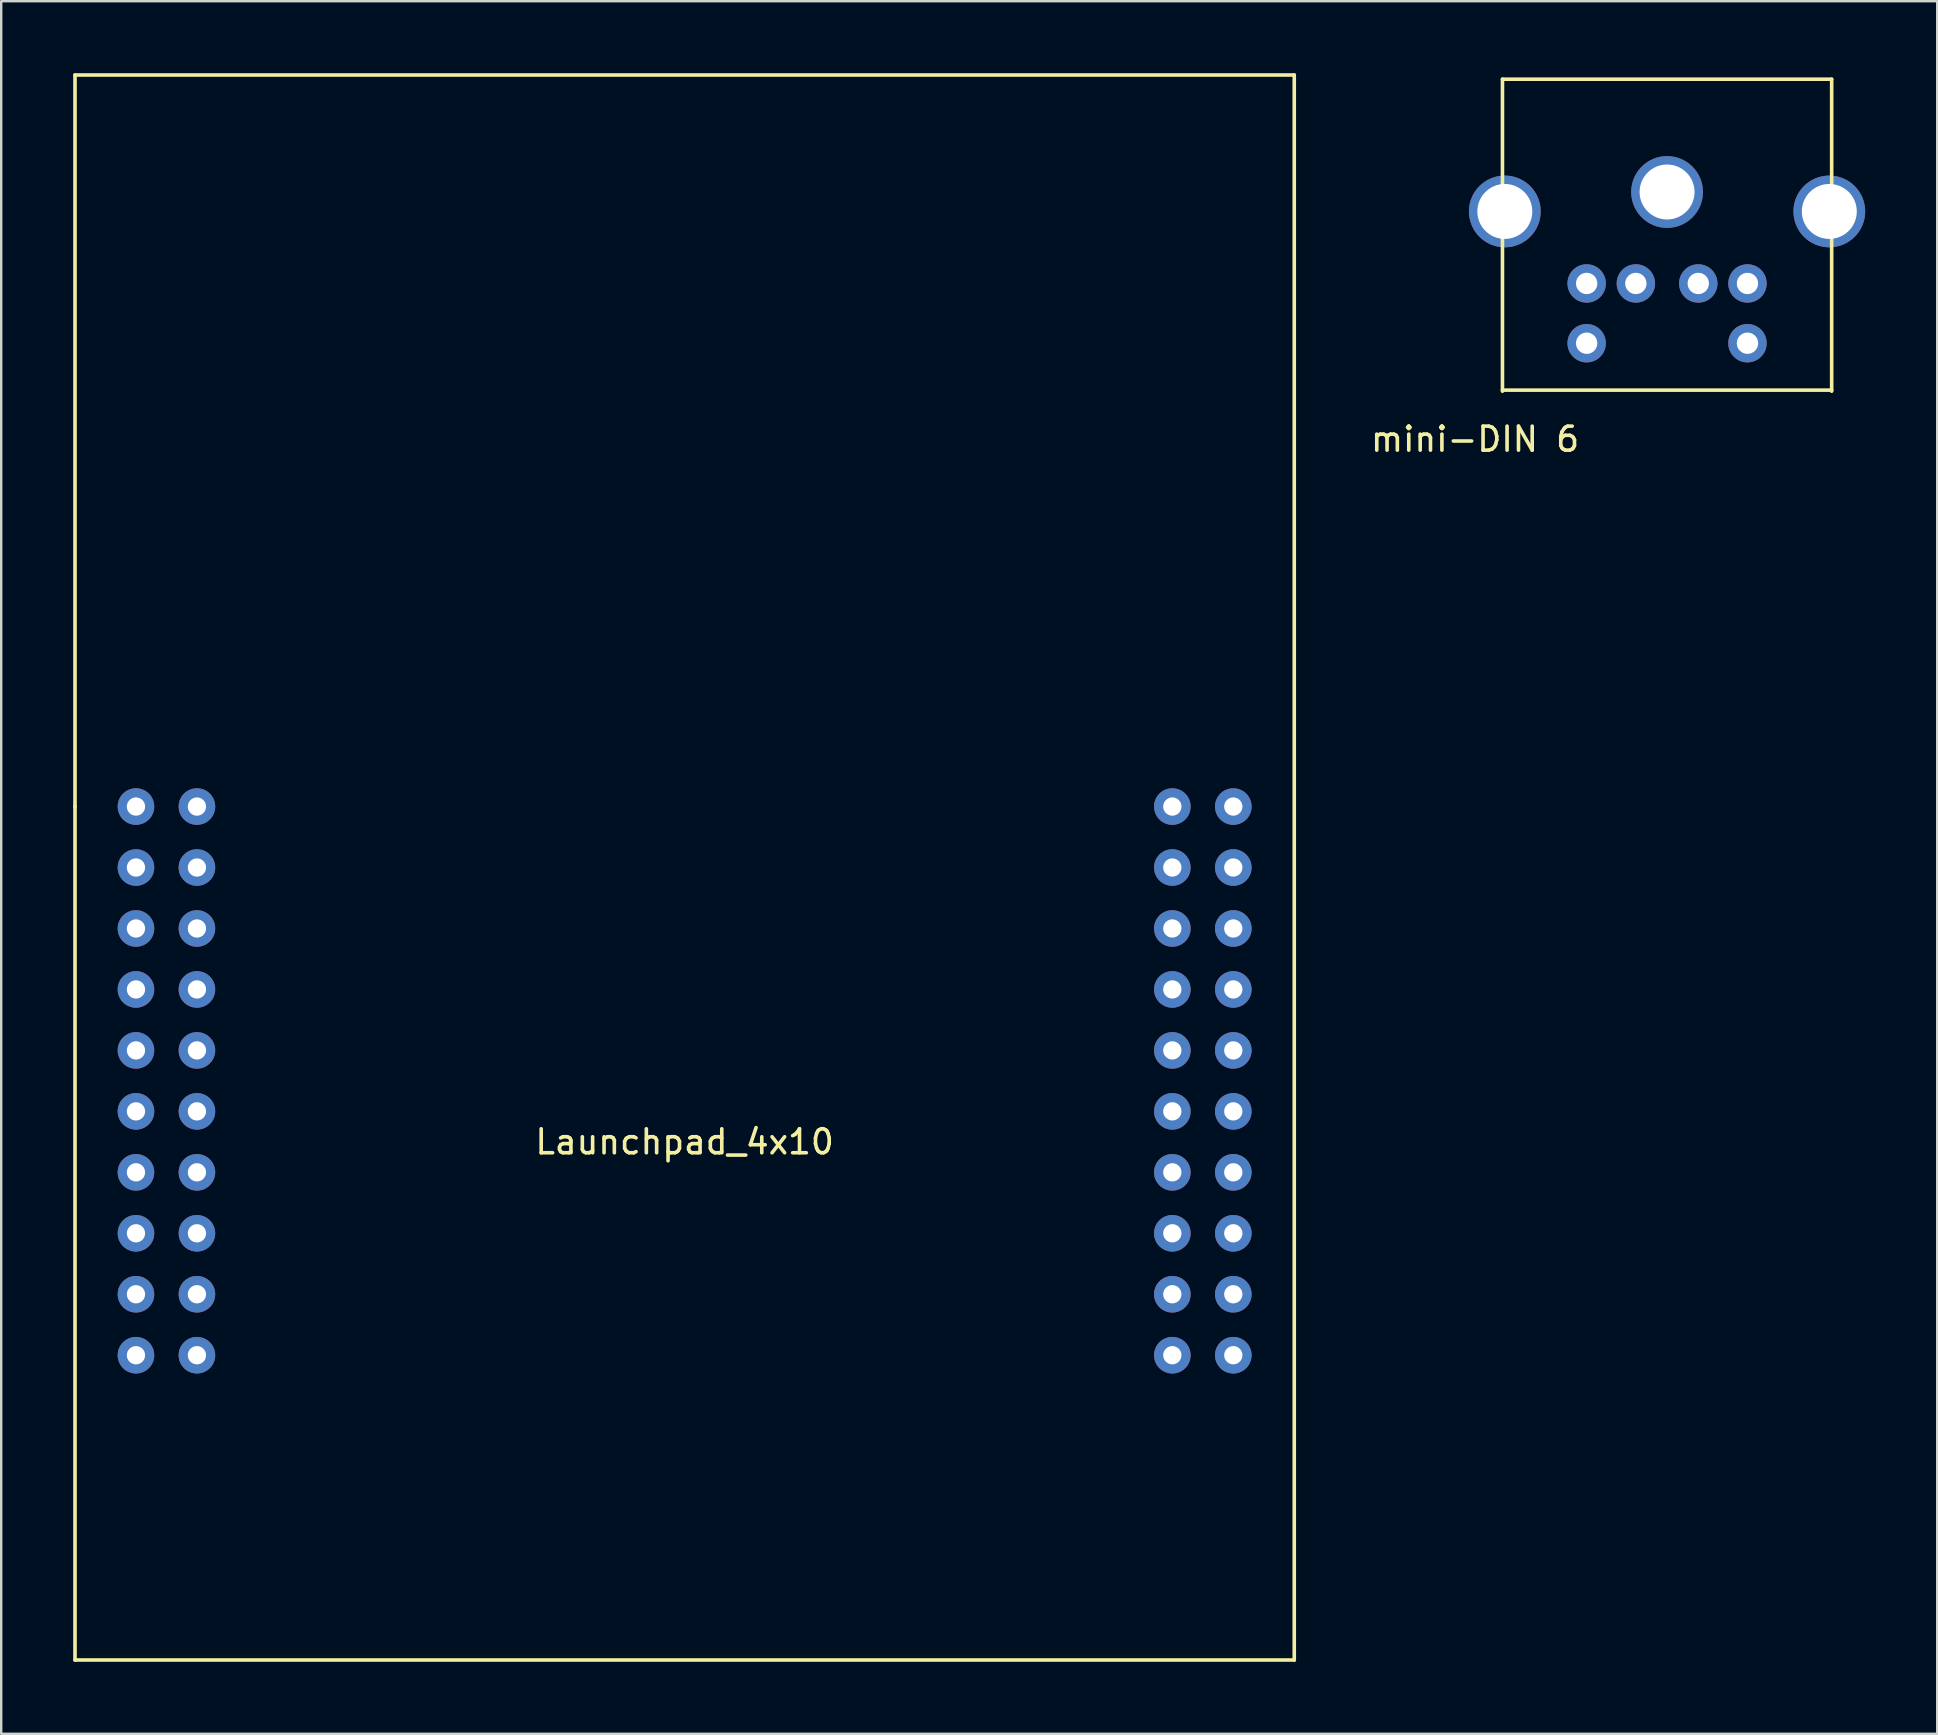
<source format=kicad_pcb>
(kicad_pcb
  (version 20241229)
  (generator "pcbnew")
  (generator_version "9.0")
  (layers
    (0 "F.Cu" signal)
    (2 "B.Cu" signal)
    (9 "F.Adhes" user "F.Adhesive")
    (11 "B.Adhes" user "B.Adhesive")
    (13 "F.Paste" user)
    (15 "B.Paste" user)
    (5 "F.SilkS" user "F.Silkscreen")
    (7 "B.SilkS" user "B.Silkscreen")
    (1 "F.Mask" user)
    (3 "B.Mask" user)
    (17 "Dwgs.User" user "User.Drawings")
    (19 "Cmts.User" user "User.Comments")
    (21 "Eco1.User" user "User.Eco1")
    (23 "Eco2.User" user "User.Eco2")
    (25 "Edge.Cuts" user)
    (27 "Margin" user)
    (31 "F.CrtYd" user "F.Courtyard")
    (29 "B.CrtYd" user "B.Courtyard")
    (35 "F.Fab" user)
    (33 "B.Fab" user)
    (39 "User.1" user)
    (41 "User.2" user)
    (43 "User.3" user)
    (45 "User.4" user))
  (footprint "Launchpad_4x10"
    (layer "F.Cu")
    (at 25.475 41.985)
    (property "Reference" "Launchpad_4x10" (at 0 2.54 0) (layer "F.SilkS") (effects (font (size 1 1) (thickness 0.15))))
    (attr through_hole)
    (fp_line (start -25.4 -41.91) (end -25.4 -11.43) (stroke (width 0.15) (type solid)) (layer "F.SilkS"))
    (fp_line (start -25.4 -11.43) (end -25.4 24.13) (stroke (width 0.15) (type solid)) (layer "F.SilkS"))
    (fp_line (start -25.4 24.13) (end 25.4 24.13) (stroke (width 0.15) (type solid)) (layer "F.SilkS"))
    (fp_line (start 25.4 -41.91) (end -25.4 -41.91) (stroke (width 0.15) (type solid)) (layer "F.SilkS"))
    (fp_line (start 25.4 24.13) (end 25.4 -41.91) (stroke (width 0.15) (type solid)) (layer "F.SilkS"))
    (pad "1.1" thru_hole circle (at -22.86 -11.43) (size 1.524 1.524) (drill 0.762) (layers "*.Cu" "*.Mask"))
    (pad "1.2" thru_hole circle (at -22.86 -8.89) (size 1.524 1.524) (drill 0.762) (layers "*.Cu" "*.Mask"))
    (pad "1.3" thru_hole circle (at -22.86 -6.35) (size 1.524 1.524) (drill 0.762) (layers "*.Cu" "*.Mask"))
    (pad "1.4" thru_hole circle (at -22.86 -3.81) (size 1.524 1.524) (drill 0.762) (layers "*.Cu" "*.Mask"))
    (pad "1.5" thru_hole circle (at -22.86 -1.27) (size 1.524 1.524) (drill 0.762) (layers "*.Cu" "*.Mask"))
    (pad "1.6" thru_hole circle (at -22.86 1.27) (size 1.524 1.524) (drill 0.762) (layers "*.Cu" "*.Mask"))
    (pad "1.7" thru_hole circle (at -22.86 3.81) (size 1.524 1.524) (drill 0.762) (layers "*.Cu" "*.Mask"))
    (pad "1.8" thru_hole circle (at -22.86 6.35) (size 1.524 1.524) (drill 0.762) (layers "*.Cu" "*.Mask"))
    (pad "1.9" thru_hole circle (at -22.86 8.89) (size 1.524 1.524) (drill 0.762) (layers "*.Cu" "*.Mask"))
    (pad "1.10" thru_hole circle (at -22.86 11.43) (size 1.524 1.524) (drill 0.762) (layers "*.Cu" "*.Mask"))
    (pad "2.1" thru_hole circle (at 22.86 -11.43) (size 1.524 1.524) (drill 0.762) (layers "*.Cu" "*.Mask"))
    (pad "2.2" thru_hole circle (at 22.86 -8.89) (size 1.524 1.524) (drill 0.762) (layers "*.Cu" "*.Mask"))
    (pad "2.3" thru_hole circle (at 22.86 -6.35) (size 1.524 1.524) (drill 0.762) (layers "*.Cu" "*.Mask"))
    (pad "2.4" thru_hole circle (at 22.86 -3.81) (size 1.524 1.524) (drill 0.762) (layers "*.Cu" "*.Mask"))
    (pad "2.5" thru_hole circle (at 22.86 -1.27) (size 1.524 1.524) (drill 0.762) (layers "*.Cu" "*.Mask"))
    (pad "2.6" thru_hole circle (at 22.86 1.27) (size 1.524 1.524) (drill 0.762) (layers "*.Cu" "*.Mask"))
    (pad "2.7" thru_hole circle (at 22.86 3.81) (size 1.524 1.524) (drill 0.762) (layers "*.Cu" "*.Mask"))
    (pad "2.8" thru_hole circle (at 22.86 6.35) (size 1.524 1.524) (drill 0.762) (layers "*.Cu" "*.Mask"))
    (pad "2.9" thru_hole circle (at 22.86 8.89) (size 1.524 1.524) (drill 0.762) (layers "*.Cu" "*.Mask"))
    (pad "2.10" thru_hole circle (at 22.86 11.43) (size 1.524 1.524) (drill 0.762) (layers "*.Cu" "*.Mask"))
    (pad "3.1" thru_hole circle (at -20.32 -11.43) (size 1.524 1.524) (drill 0.762) (layers "*.Cu" "*.Mask"))
    (pad "3.2" thru_hole circle (at -20.32 -8.89) (size 1.524 1.524) (drill 0.762) (layers "*.Cu" "*.Mask"))
    (pad "3.3" thru_hole circle (at -20.32 -6.35) (size 1.524 1.524) (drill 0.762) (layers "*.Cu" "*.Mask"))
    (pad "3.4" thru_hole circle (at -20.32 -3.81) (size 1.524 1.524) (drill 0.762) (layers "*.Cu" "*.Mask"))
    (pad "3.5" thru_hole circle (at -20.32 -1.27) (size 1.524 1.524) (drill 0.762) (layers "*.Cu" "*.Mask"))
    (pad "3.6" thru_hole circle (at -20.32 1.27) (size 1.524 1.524) (drill 0.762) (layers "*.Cu" "*.Mask"))
    (pad "3.7" thru_hole circle (at -20.32 3.81) (size 1.524 1.524) (drill 0.762) (layers "*.Cu" "*.Mask"))
    (pad "3.8" thru_hole circle (at -20.32 6.35) (size 1.524 1.524) (drill 0.762) (layers "*.Cu" "*.Mask"))
    (pad "3.9" thru_hole circle (at -20.32 8.89) (size 1.524 1.524) (drill 0.762) (layers "*.Cu" "*.Mask"))
    (pad "3.10" thru_hole circle (at -20.32 11.43) (size 1.524 1.524) (drill 0.762) (layers "*.Cu" "*.Mask"))
    (pad "4.1" thru_hole circle (at 20.32 -11.43) (size 1.524 1.524) (drill 0.762) (layers "*.Cu" "*.Mask"))
    (pad "4.2" thru_hole circle (at 20.32 -8.89) (size 1.524 1.524) (drill 0.762) (layers "*.Cu" "*.Mask"))
    (pad "4.3" thru_hole circle (at 20.32 -6.35) (size 1.524 1.524) (drill 0.762) (layers "*.Cu" "*.Mask"))
    (pad "4.4" thru_hole circle (at 20.32 -3.81) (size 1.524 1.524) (drill 0.762) (layers "*.Cu" "*.Mask"))
    (pad "4.5" thru_hole circle (at 20.32 -1.27) (size 1.524 1.524) (drill 0.762) (layers "*.Cu" "*.Mask"))
    (pad "4.6" thru_hole circle (at 20.32 1.27) (size 1.524 1.524) (drill 0.762) (layers "*.Cu" "*.Mask"))
    (pad "4.7" thru_hole circle (at 20.32 3.81) (size 1.524 1.524) (drill 0.762) (layers "*.Cu" "*.Mask"))
    (pad "4.8" thru_hole circle (at 20.32 6.35) (size 1.524 1.524) (drill 0.762) (layers "*.Cu" "*.Mask"))
    (pad "4.9" thru_hole circle (at 20.32 8.89) (size 1.524 1.524) (drill 0.762) (layers "*.Cu" "*.Mask"))
    (pad "4.10" thru_hole circle (at 20.32 11.43) (size 1.524 1.524) (drill 0.762) (layers "*.Cu" "*.Mask")))
  (footprint "mini-DIN 6"
    (layer "F.Cu")
    (at 66.408 0.25)
    (property "Reference" "mini-DIN 6" (at -8 15 0) (layer "F.SilkS") (effects (font (size 1 1) (thickness 0.15))))
    (attr through_hole)
    (fp_line (start -6.858 0) (end -6.858 13) (stroke (width 0.15) (type solid)) (layer "F.SilkS"))
    (fp_line (start -6.858 12.954) (end 6.858 12.954) (stroke (width 0.15) (type solid)) (layer "F.SilkS"))
    (fp_line (start 6.858 0) (end -6.858 0) (stroke (width 0.15) (type solid)) (layer "F.SilkS"))
    (fp_line (start 6.858 13) (end 6.858 0) (stroke (width 0.15) (type solid)) (layer "F.SilkS"))
    (pad "1" thru_hole circle (at 1.3 8.51) (size 1.6 1.6) (drill 0.89) (layers "*.Cu" "*.Mask"))
    (pad "2" thru_hole circle (at -1.3 8.51) (size 1.6 1.6) (drill 0.89) (layers "*.Cu" "*.Mask"))
    (pad "3" thru_hole circle (at 3.35 8.51) (size 1.6 1.6) (drill 0.89) (layers "*.Cu" "*.Mask"))
    (pad "4" thru_hole circle (at -3.35 8.51) (size 1.6 1.6) (drill 0.89) (layers "*.Cu" "*.Mask"))
    (pad "5" thru_hole circle (at 3.35 11) (size 1.6 1.6) (drill 0.89) (layers "*.Cu" "*.Mask"))
    (pad "6" thru_hole circle (at -3.35 11) (size 1.6 1.6) (drill 0.89) (layers "*.Cu" "*.Mask"))
    (pad "7" thru_hole circle (at -6.76 5.51) (size 2.99 2.99) (drill 2.29) (layers "*.Cu" "*.Mask"))
    (pad "8" thru_hole circle (at 0 4.7) (size 2.99 2.99) (drill 2.29) (layers "*.Cu" "*.Mask"))
    (pad "9" thru_hole circle (at 6.76 5.51) (size 2.99 2.99) (drill 2.29) (layers "*.Cu" "*.Mask")))
  (gr_rect
    (start -3 -3)
    (end 77.663 69.19)
    (stroke (width 0.1) (type default))
    (fill no)
    (layer "Edge.Cuts")))
</source>
